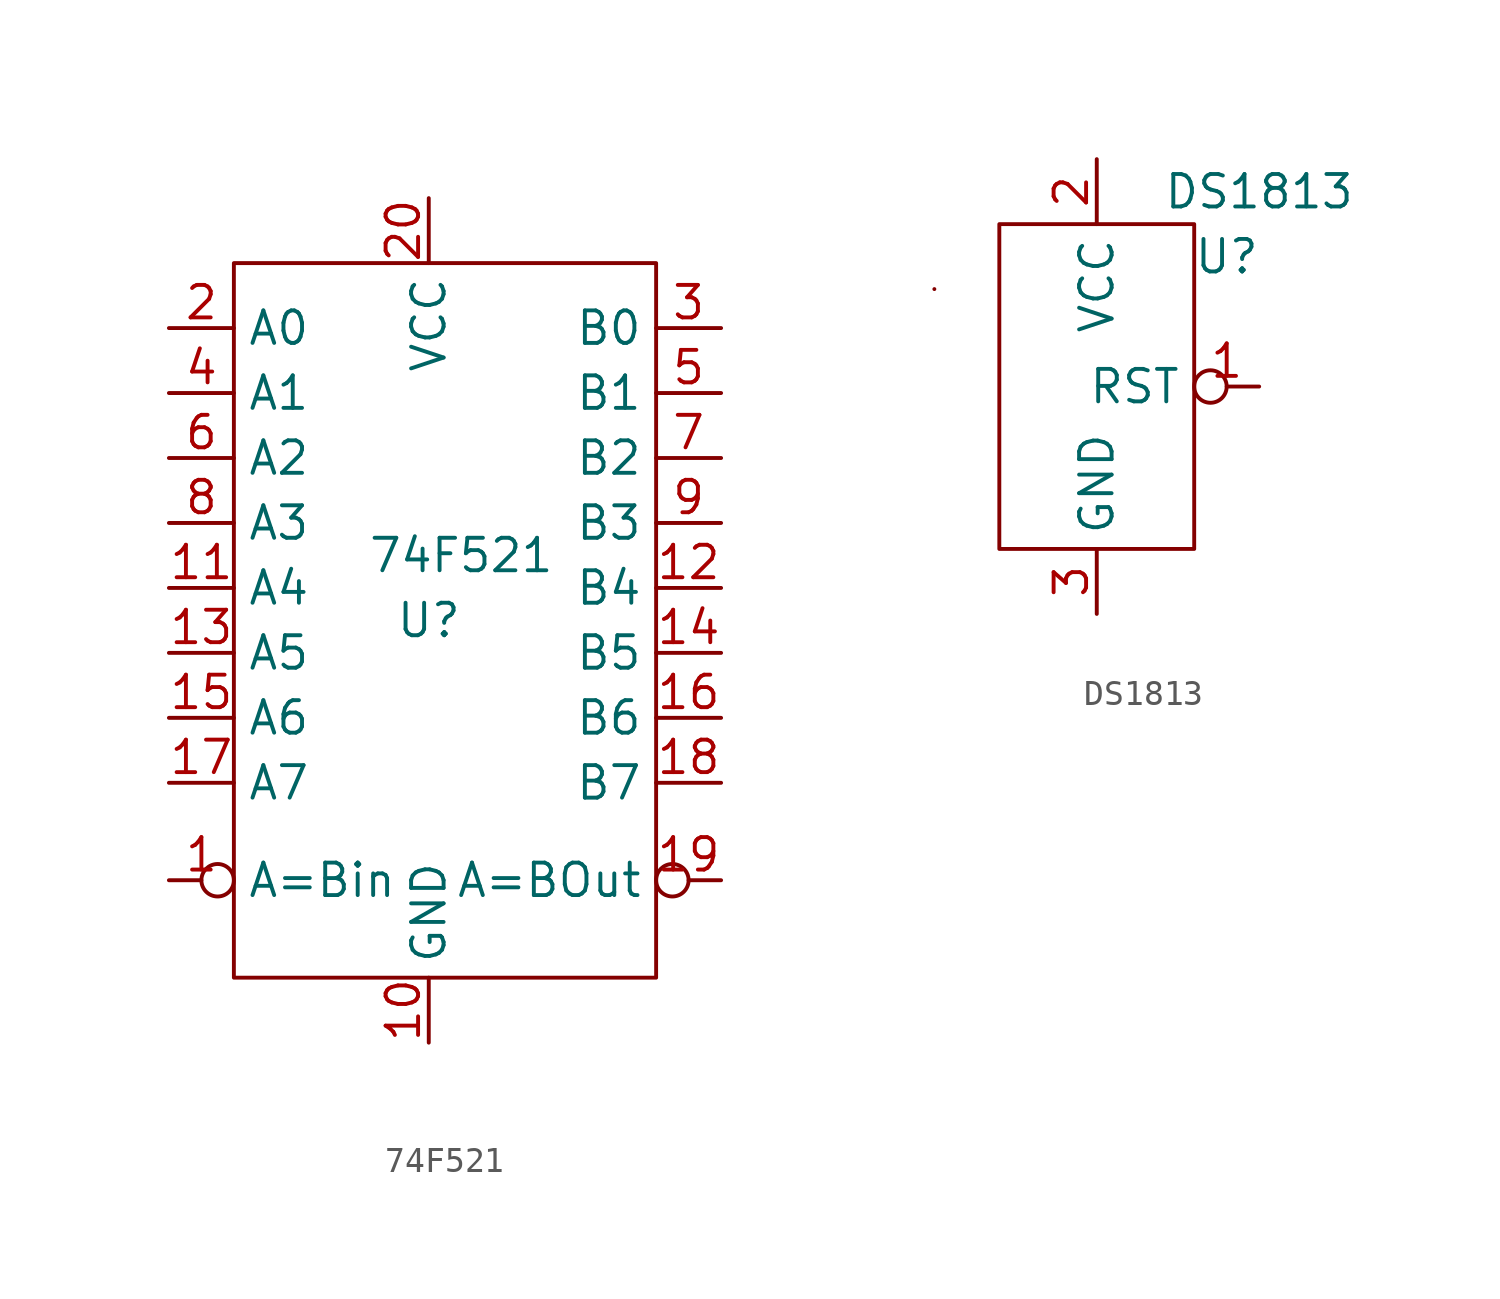
<source format=kicad_sym>
(kicad_symbol_lib
  (version 20211014)
  (generator kicad_symbol_editor)
  (symbol "74F521"
    (property "Reference" "U"
      (at -1.27 -1.27 0)
      (effects (font (size 1.27 1.27))))
    (property "Value" "74F521"
      (at 0 1.27 0)
      (effects (font (size 1.27 1.27))))
    (symbol "74F521_0_1"
      (rectangle (start -8.89 12.7) (end 7.62 -15.24) (stroke (width 0.152) (type default) (color 0 0 0 0)) (fill (type none))))
    (symbol "74F521_1_1"
      (pin input inverted (at -11.43 -11.43 0) (length 2.54) (name "A=Bin" (effects (font (size 1.27 1.27)))) (number "1" (effects (font (size 1.27 1.27)))))
      (pin power_in line (at -1.27 -17.78 90) (length 2.54) (name "GND" (effects (font (size 1.27 1.27)))) (number "10" (effects (font (size 1.27 1.27)))))
      (pin input line (at -11.43 0 0) (length 2.54) (name "A4" (effects (font (size 1.27 1.27)))) (number "11" (effects (font (size 1.27 1.27)))))
      (pin input line (at 10.16 0 180) (length 2.54) (name "B4" (effects (font (size 1.27 1.27)))) (number "12" (effects (font (size 1.27 1.27)))))
      (pin input line (at -11.43 -2.54 0) (length 2.54) (name "A5" (effects (font (size 1.27 1.27)))) (number "13" (effects (font (size 1.27 1.27)))))
      (pin input line (at 10.16 -2.54 180) (length 2.54) (name "B5" (effects (font (size 1.27 1.27)))) (number "14" (effects (font (size 1.27 1.27)))))
      (pin input line (at -11.43 -5.08 0) (length 2.54) (name "A6" (effects (font (size 1.27 1.27)))) (number "15" (effects (font (size 1.27 1.27)))))
      (pin input line (at 10.16 -5.08 180) (length 2.54) (name "B6" (effects (font (size 1.27 1.27)))) (number "16" (effects (font (size 1.27 1.27)))))
      (pin input line (at -11.43 -7.62 0) (length 2.54) (name "A7" (effects (font (size 1.27 1.27)))) (number "17" (effects (font (size 1.27 1.27)))))
      (pin input line (at 10.16 -7.62 180) (length 2.54) (name "B7" (effects (font (size 1.27 1.27)))) (number "18" (effects (font (size 1.27 1.27)))))
      (pin input inverted (at 10.16 -11.43 180) (length 2.54) (name "A=BOut" (effects (font (size 1.27 1.27)))) (number "19" (effects (font (size 1.27 1.27)))))
      (pin input line (at -11.43 10.16 0) (length 2.54) (name "A0" (effects (font (size 1.27 1.27)))) (number "2" (effects (font (size 1.27 1.27)))))
      (pin power_in line (at -1.27 15.24 270) (length 2.54) (name "VCC" (effects (font (size 1.27 1.27)))) (number "20" (effects (font (size 1.27 1.27)))))
      (pin input line (at 10.16 10.16 180) (length 2.54) (name "B0" (effects (font (size 1.27 1.27)))) (number "3" (effects (font (size 1.27 1.27)))))
      (pin input line (at -11.43 7.62 0) (length 2.54) (name "A1" (effects (font (size 1.27 1.27)))) (number "4" (effects (font (size 1.27 1.27)))))
      (pin input line (at 10.16 7.62 180) (length 2.54) (name "B1" (effects (font (size 1.27 1.27)))) (number "5" (effects (font (size 1.27 1.27)))))
      (pin input line (at -11.43 5.08 0) (length 2.54) (name "A2" (effects (font (size 1.27 1.27)))) (number "6" (effects (font (size 1.27 1.27)))))
      (pin input line (at 10.16 5.08 180) (length 2.54) (name "B2" (effects (font (size 1.27 1.27)))) (number "7" (effects (font (size 1.27 1.27)))))
      (pin input line (at -11.43 2.54 0) (length 2.54) (name "A3" (effects (font (size 1.27 1.27)))) (number "8" (effects (font (size 1.27 1.27)))))
      (pin input line (at 10.16 2.54 180) (length 2.54) (name "B3" (effects (font (size 1.27 1.27)))) (number "9" (effects (font (size 1.27 1.27)))))))
  (symbol "DS1813"
    (property "Reference" "U"
      (at 6.35 6.35 0)
      (effects (font (size 1.27 1.27))))
    (property "Value" "DS1813"
      (at 7.62 8.89 0)
      (effects (font (size 1.27 1.27))))
    (symbol "DS1813_0_1"
      (rectangle (start -5.08 5.08) (end -5.08 5.08) (stroke (width 0.152) (type default) (color 0 0 0 0)) (fill (type none)))
      (rectangle (start -2.54 7.62) (end 5.08 -5.08) (stroke (width 0.152) (type default) (color 0 0 0 0)) (fill (type none))))
    (symbol "DS1813_1_1"
      (pin open_collector inverted (at 7.62 1.27 180) (length 2.54) (name "RST" (effects (font (size 1.27 1.27)))) (number "1" (effects (font (size 1.27 1.27)))))
      (pin power_in line (at 1.27 10.16 270) (length 2.54) (name "VCC" (effects (font (size 1.27 1.27)))) (number "2" (effects (font (size 1.27 1.27)))))
      (pin power_in line (at 1.27 -7.62 90) (length 2.54) (name "GND" (effects (font (size 1.27 1.27)))) (number "3" (effects (font (size 1.27 1.27))))))))
</source>
